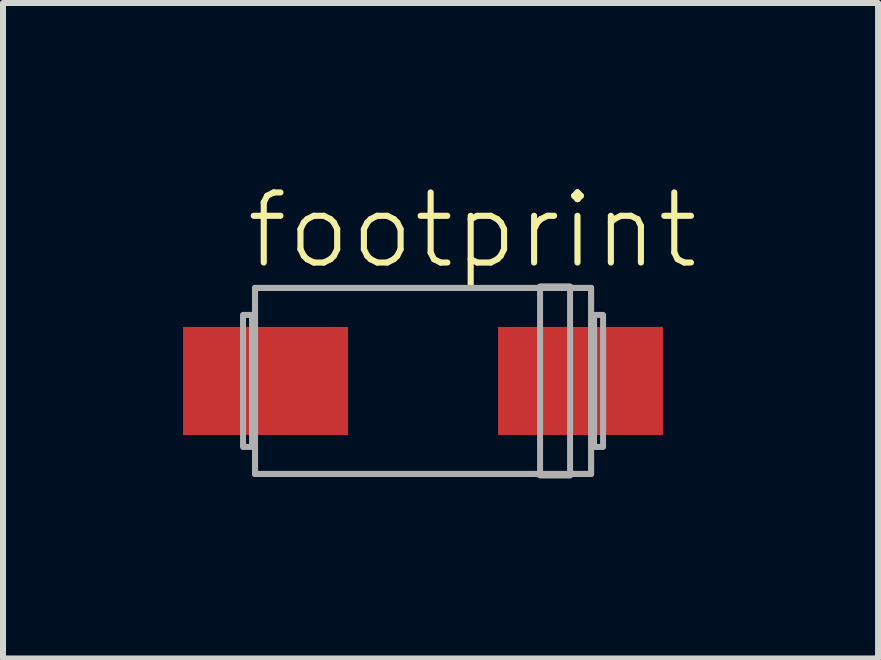
<source format=kicad_pcb>
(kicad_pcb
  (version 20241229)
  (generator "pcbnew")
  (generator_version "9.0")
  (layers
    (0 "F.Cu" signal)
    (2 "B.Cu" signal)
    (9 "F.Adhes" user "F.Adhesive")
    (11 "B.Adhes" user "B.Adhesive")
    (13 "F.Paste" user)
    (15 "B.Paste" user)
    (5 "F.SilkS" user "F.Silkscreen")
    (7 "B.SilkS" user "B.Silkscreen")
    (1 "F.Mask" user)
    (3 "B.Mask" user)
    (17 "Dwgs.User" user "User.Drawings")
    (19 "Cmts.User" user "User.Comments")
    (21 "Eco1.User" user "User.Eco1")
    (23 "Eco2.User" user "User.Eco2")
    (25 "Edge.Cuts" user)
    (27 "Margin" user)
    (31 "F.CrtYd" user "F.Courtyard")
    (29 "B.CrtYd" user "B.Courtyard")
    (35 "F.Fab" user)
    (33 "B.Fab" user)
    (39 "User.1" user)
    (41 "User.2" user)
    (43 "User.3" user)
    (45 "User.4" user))
  (footprint "footprint"
    (layer "F.Cu")
    (at 4 3.298)
    (property "Reference" "footprint" (at -3 -1.825 0) (layer "F.SilkS") (effects (font (size 1.168 1.168) (thickness 0.102)) (justify left bottom)))
    (fp_line (start -2.8 -1.55) (end 2.8 -1.55) (stroke (width 0.102) (type solid)) (layer "F.Fab"))
    (fp_line (start -2.8 1.55) (end -2.8 -1.55) (stroke (width 0.102) (type solid)) (layer "F.Fab"))
    (fp_line (start 2.8 -1.55) (end 2.8 1.55) (stroke (width 0.102) (type solid)) (layer "F.Fab"))
    (fp_line (start 2.8 1.55) (end -2.8 1.55) (stroke (width 0.102) (type solid)) (layer "F.Fab"))
    (fp_poly (pts (xy -3 1.1) (xy -2.85 1.1) (xy -2.85 -1.1) (xy -3 -1.1)) (stroke (width 0.1) (type solid)) (fill no) (layer "F.Fab"))
    (fp_poly (pts (xy 1.95 1.575) (xy 2.45 1.575) (xy 2.45 -1.575) (xy 1.95 -1.575)) (stroke (width 0.1) (type solid)) (fill no) (layer "F.Fab"))
    (fp_poly (pts (xy 2.85 1.1) (xy 3 1.1) (xy 3 -1.1) (xy 2.85 -1.1)) (stroke (width 0.1) (type solid)) (fill no) (layer "F.Fab"))
    (pad "+" smd rect (at 2.625 0) (size 2.75 1.8) (layers "F.Cu" "F.Mask" "F.Paste"))
    (pad "-" smd rect (at -2.625 0) (size 2.75 1.8) (layers "F.Cu" "F.Mask" "F.Paste")))
  (gr_rect
    (start -3 -3)
    (end 11.582 7.923)
    (stroke (width 0.1) (type default))
    (fill no)
    (layer "Edge.Cuts")))
</source>
